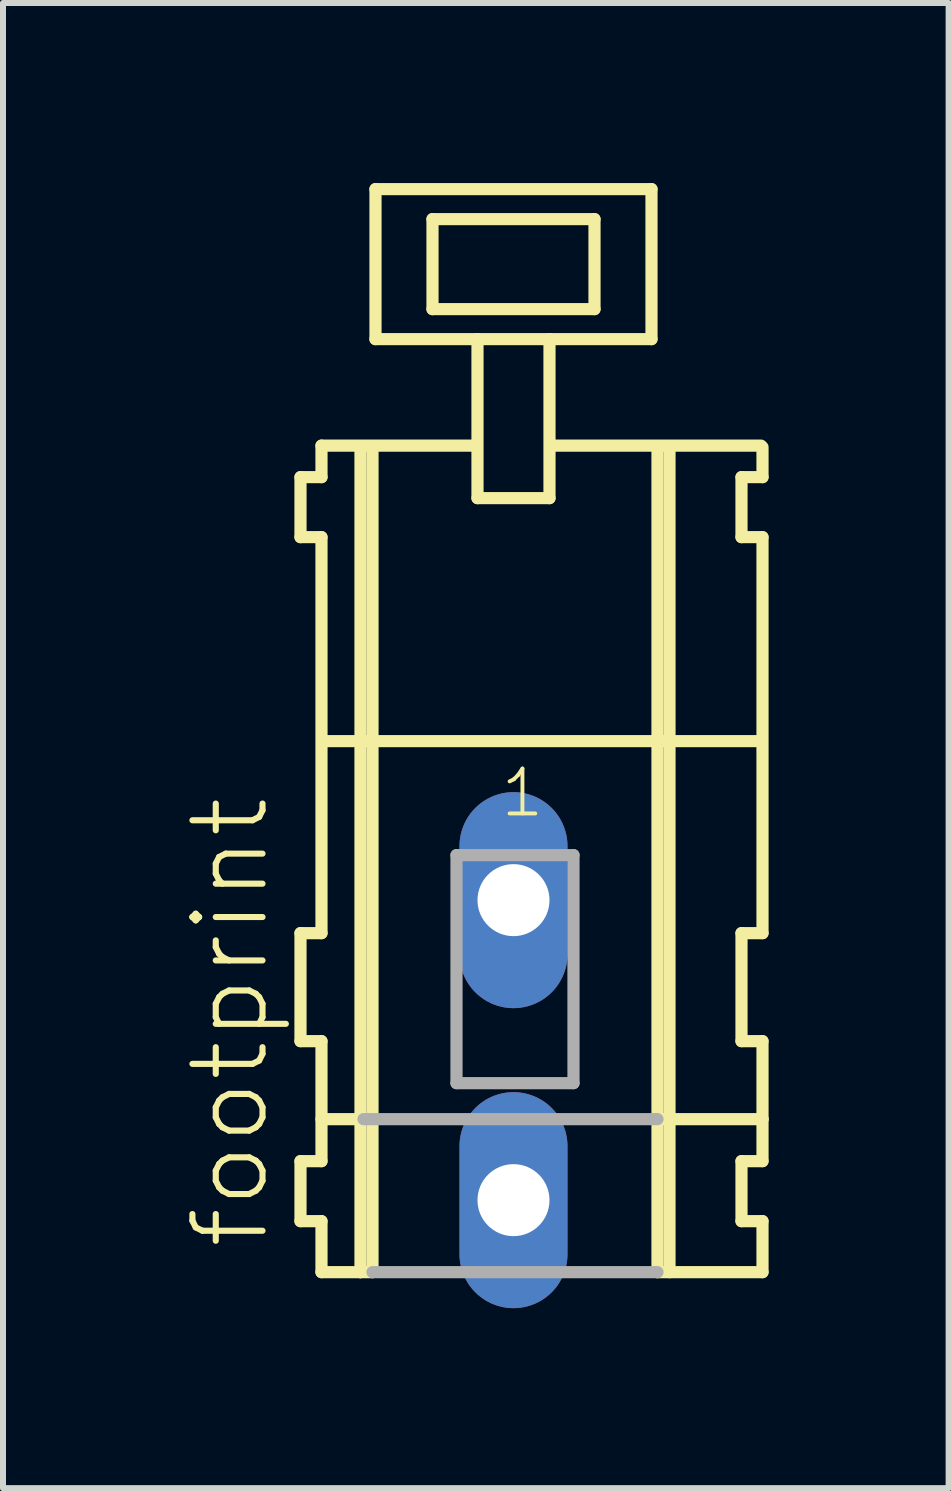
<source format=kicad_pcb>
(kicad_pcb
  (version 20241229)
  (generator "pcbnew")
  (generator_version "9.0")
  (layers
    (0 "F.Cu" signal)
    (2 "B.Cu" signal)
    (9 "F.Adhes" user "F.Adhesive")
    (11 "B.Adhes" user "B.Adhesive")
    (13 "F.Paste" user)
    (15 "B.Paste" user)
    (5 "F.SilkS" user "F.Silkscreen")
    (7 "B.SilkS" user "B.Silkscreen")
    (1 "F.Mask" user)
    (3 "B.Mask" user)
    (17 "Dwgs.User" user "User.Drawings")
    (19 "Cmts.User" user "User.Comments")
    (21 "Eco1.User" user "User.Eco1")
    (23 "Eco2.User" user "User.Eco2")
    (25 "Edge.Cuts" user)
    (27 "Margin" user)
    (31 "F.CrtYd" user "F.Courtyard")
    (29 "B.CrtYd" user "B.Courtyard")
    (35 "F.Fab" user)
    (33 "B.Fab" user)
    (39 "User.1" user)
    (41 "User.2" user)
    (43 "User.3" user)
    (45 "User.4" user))
  (footprint "footprint"
    (layer "F.Cu")
    (at 8.008 11.952)
    (property "Reference" "footprint" (at -6.535 5.855 90) (layer "F.SilkS") (effects (font (size 1.168 1.168) (thickness 0.102)) (justify left bottom)))
    (fp_line (start -6.05 -7.05) (end -6.05 -6.05) (stroke (width 0.203) (type solid)) (layer "F.SilkS"))
    (fp_line (start -6.05 -6.05) (end -5.7 -6.05) (stroke (width 0.203) (type solid)) (layer "F.SilkS"))
    (fp_line (start -6.05 0.55) (end -6.05 2.35) (stroke (width 0.203) (type solid)) (layer "F.SilkS"))
    (fp_line (start -6.05 2.35) (end -5.7 2.35) (stroke (width 0.203) (type solid)) (layer "F.SilkS"))
    (fp_line (start -6.05 4.35) (end -6.05 5.35) (stroke (width 0.203) (type solid)) (layer "F.SilkS"))
    (fp_line (start -6.05 5.35) (end -5.7 5.35) (stroke (width 0.203) (type solid)) (layer "F.SilkS"))
    (fp_line (start -5.7 -7.575) (end -5.7 -7.05) (stroke (width 0.203) (type solid)) (layer "F.SilkS"))
    (fp_line (start -5.7 -7.575) (end -3.125 -7.575) (stroke (width 0.203) (type solid)) (layer "F.SilkS"))
    (fp_line (start -5.7 -7.05) (end -6.05 -7.05) (stroke (width 0.203) (type solid)) (layer "F.SilkS"))
    (fp_line (start -5.7 -6.05) (end -5.7 0.55) (stroke (width 0.203) (type solid)) (layer "F.SilkS"))
    (fp_line (start -5.7 0.55) (end -6.05 0.55) (stroke (width 0.203) (type solid)) (layer "F.SilkS"))
    (fp_line (start -5.7 2.35) (end -5.7 4.35) (stroke (width 0.203) (type solid)) (layer "F.SilkS"))
    (fp_line (start -5.7 3.65) (end -5 3.65) (stroke (width 0.203) (type solid)) (layer "F.SilkS"))
    (fp_line (start -5.7 4.35) (end -6.05 4.35) (stroke (width 0.203) (type solid)) (layer "F.SilkS"))
    (fp_line (start -5.7 5.35) (end -5.7 6.2) (stroke (width 0.203) (type solid)) (layer "F.SilkS"))
    (fp_line (start -5.7 6.2) (end -5.05 6.2) (stroke (width 0.203) (type solid)) (layer "F.SilkS"))
    (fp_line (start -5.65 -2.65) (end -0.1 -2.65) (stroke (width 0.203) (type solid)) (layer "F.SilkS"))
    (fp_line (start -5.05 -7.55) (end -5.05 6.2) (stroke (width 0.203) (type solid)) (layer "F.SilkS"))
    (fp_line (start -5.05 6.2) (end -4.85 6.2) (stroke (width 0.203) (type solid)) (layer "F.SilkS"))
    (fp_line (start -4.85 -7.55) (end -4.85 6.2) (stroke (width 0.203) (type solid)) (layer "F.SilkS"))
    (fp_line (start -4.8 -11.85) (end -4.8 -9.35) (stroke (width 0.203) (type solid)) (layer "F.SilkS"))
    (fp_line (start -4.8 -9.35) (end -3.1 -9.35) (stroke (width 0.203) (type solid)) (layer "F.SilkS"))
    (fp_line (start -3.85 -11.35) (end -3.85 -9.85) (stroke (width 0.203) (type solid)) (layer "F.SilkS"))
    (fp_line (start -3.85 -9.85) (end -1.15 -9.85) (stroke (width 0.203) (type solid)) (layer "F.SilkS"))
    (fp_line (start -3.1 -9.35) (end -3.1 -6.7) (stroke (width 0.203) (type solid)) (layer "F.SilkS"))
    (fp_line (start -3.1 -9.35) (end -1.9 -9.35) (stroke (width 0.203) (type solid)) (layer "F.SilkS"))
    (fp_line (start -3.1 -6.7) (end -1.9 -6.7) (stroke (width 0.203) (type solid)) (layer "F.SilkS"))
    (fp_line (start -1.9 -9.35) (end -0.2 -9.35) (stroke (width 0.203) (type solid)) (layer "F.SilkS"))
    (fp_line (start -1.9 -6.7) (end -1.9 -9.35) (stroke (width 0.203) (type solid)) (layer "F.SilkS"))
    (fp_line (start -1.875 -7.575) (end 1.625 -7.575) (stroke (width 0.203) (type solid)) (layer "F.SilkS"))
    (fp_line (start -1.15 -11.35) (end -3.85 -11.35) (stroke (width 0.203) (type solid)) (layer "F.SilkS"))
    (fp_line (start -1.15 -9.85) (end -1.15 -11.35) (stroke (width 0.203) (type solid)) (layer "F.SilkS"))
    (fp_line (start -0.2 -11.85) (end -4.8 -11.85) (stroke (width 0.203) (type solid)) (layer "F.SilkS"))
    (fp_line (start -0.2 -9.35) (end -0.2 -11.85) (stroke (width 0.203) (type solid)) (layer "F.SilkS"))
    (fp_line (start -0.1 -7.55) (end -0.1 -2.65) (stroke (width 0.203) (type solid)) (layer "F.SilkS"))
    (fp_line (start -0.1 -2.65) (end -0.1 6.2) (stroke (width 0.203) (type solid)) (layer "F.SilkS"))
    (fp_line (start -0.1 -2.65) (end 1.6 -2.65) (stroke (width 0.203) (type solid)) (layer "F.SilkS"))
    (fp_line (start -0.1 6.2) (end 1.65 6.2) (stroke (width 0.203) (type solid)) (layer "F.SilkS"))
    (fp_line (start -0.05 3.65) (end 1.65 3.65) (stroke (width 0.203) (type solid)) (layer "F.SilkS"))
    (fp_line (start 0.1 -7.55) (end 0.1 6.2) (stroke (width 0.203) (type solid)) (layer "F.SilkS"))
    (fp_line (start 1.3 -7.05) (end 1.3 -6.05) (stroke (width 0.203) (type solid)) (layer "F.SilkS"))
    (fp_line (start 1.3 -6.05) (end 1.65 -6.05) (stroke (width 0.203) (type solid)) (layer "F.SilkS"))
    (fp_line (start 1.3 0.55) (end 1.3 2.35) (stroke (width 0.203) (type solid)) (layer "F.SilkS"))
    (fp_line (start 1.3 2.35) (end 1.65 2.35) (stroke (width 0.203) (type solid)) (layer "F.SilkS"))
    (fp_line (start 1.3 4.35) (end 1.3 5.35) (stroke (width 0.203) (type solid)) (layer "F.SilkS"))
    (fp_line (start 1.3 5.35) (end 1.65 5.35) (stroke (width 0.203) (type solid)) (layer "F.SilkS"))
    (fp_line (start 1.65 -7.05) (end 1.3 -7.05) (stroke (width 0.203) (type solid)) (layer "F.SilkS"))
    (fp_line (start 1.65 -7.05) (end 1.65 -7.55) (stroke (width 0.203) (type solid)) (layer "F.SilkS"))
    (fp_line (start 1.65 0.55) (end 1.3 0.55) (stroke (width 0.203) (type solid)) (layer "F.SilkS"))
    (fp_line (start 1.65 0.55) (end 1.65 -6.05) (stroke (width 0.203) (type solid)) (layer "F.SilkS"))
    (fp_line (start 1.65 3.65) (end 1.65 2.35) (stroke (width 0.203) (type solid)) (layer "F.SilkS"))
    (fp_line (start 1.65 4.35) (end 1.3 4.35) (stroke (width 0.203) (type solid)) (layer "F.SilkS"))
    (fp_line (start 1.65 4.35) (end 1.65 3.65) (stroke (width 0.203) (type solid)) (layer "F.SilkS"))
    (fp_line (start 1.65 6.2) (end 1.65 5.35) (stroke (width 0.203) (type solid)) (layer "F.SilkS"))
    (fp_line (start -5 3.65) (end -0.1 3.65) (stroke (width 0.203) (type solid)) (layer "F.Fab"))
    (fp_line (start -4.85 6.2) (end -0.1 6.2) (stroke (width 0.203) (type solid)) (layer "F.Fab"))
    (fp_line (start -3.45 -0.75) (end -3.45 3.05) (stroke (width 0.203) (type solid)) (layer "F.Fab"))
    (fp_line (start -3.45 3.05) (end -1.5 3.05) (stroke (width 0.203) (type solid)) (layer "F.Fab"))
    (fp_line (start -1.5 -0.75) (end -3.45 -0.75) (stroke (width 0.203) (type solid)) (layer "F.Fab"))
    (fp_line (start -1.5 3.05) (end -1.5 -0.75) (stroke (width 0.203) (type solid)) (layer "F.Fab"))
    (fp_text user "1" (at -2.75 -1.35 0) (layer "F.SilkS") (effects (font (size 0.748 0.748) (thickness 0.065)) (justify left bottom)))
    (pad "A1" thru_hole oval (at -2.5 0 90) (size 3.6 1.8) (drill 1.2) (layers "*.Cu" "*.Mask"))
    (pad "B1" thru_hole oval (at -2.5 5 90) (size 3.6 1.8) (drill 1.2) (layers "*.Cu" "*.Mask")))
  (gr_rect
    (start -3 -3)
    (end 12.76 21.752)
    (stroke (width 0.1) (type default))
    (fill no)
    (layer "Edge.Cuts")))
</source>
